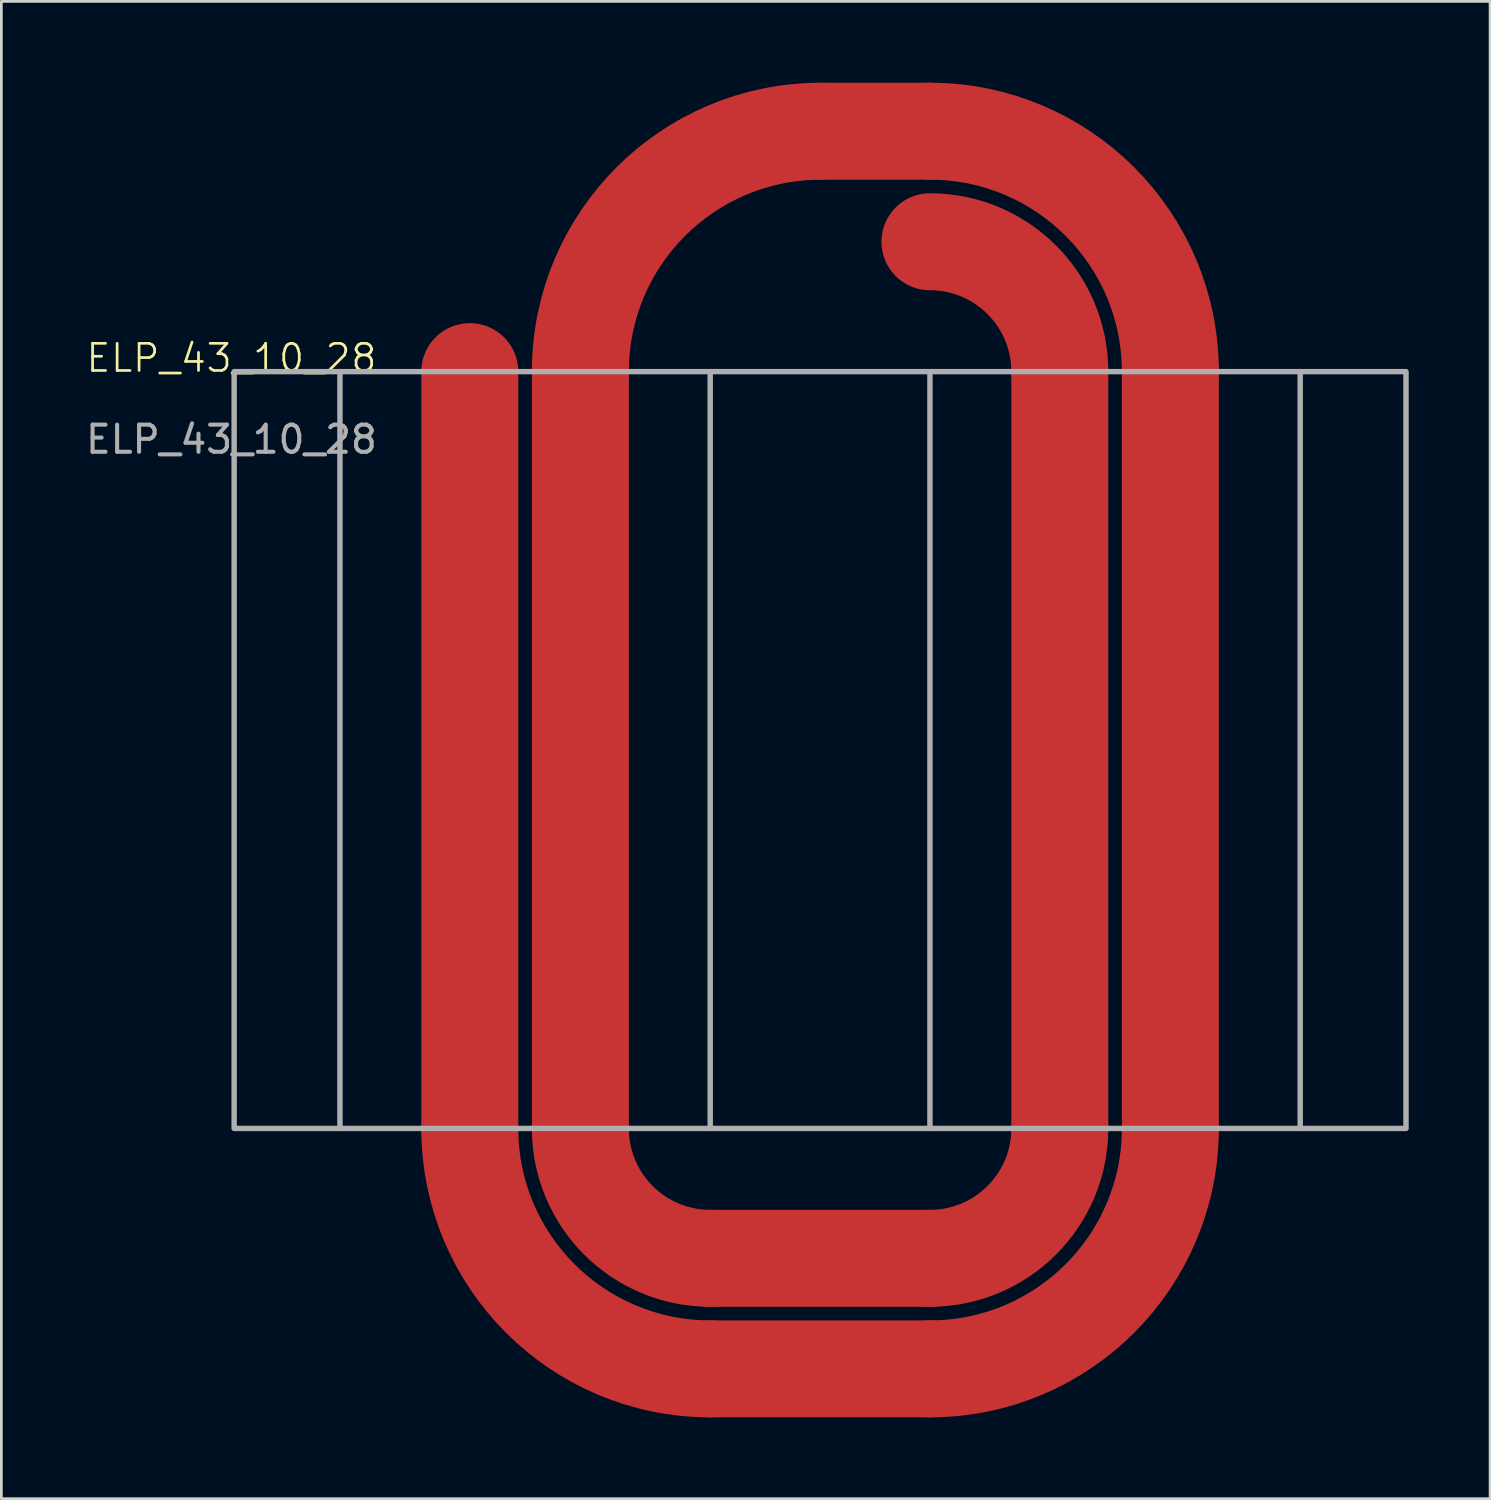
<source format=kicad_pcb>
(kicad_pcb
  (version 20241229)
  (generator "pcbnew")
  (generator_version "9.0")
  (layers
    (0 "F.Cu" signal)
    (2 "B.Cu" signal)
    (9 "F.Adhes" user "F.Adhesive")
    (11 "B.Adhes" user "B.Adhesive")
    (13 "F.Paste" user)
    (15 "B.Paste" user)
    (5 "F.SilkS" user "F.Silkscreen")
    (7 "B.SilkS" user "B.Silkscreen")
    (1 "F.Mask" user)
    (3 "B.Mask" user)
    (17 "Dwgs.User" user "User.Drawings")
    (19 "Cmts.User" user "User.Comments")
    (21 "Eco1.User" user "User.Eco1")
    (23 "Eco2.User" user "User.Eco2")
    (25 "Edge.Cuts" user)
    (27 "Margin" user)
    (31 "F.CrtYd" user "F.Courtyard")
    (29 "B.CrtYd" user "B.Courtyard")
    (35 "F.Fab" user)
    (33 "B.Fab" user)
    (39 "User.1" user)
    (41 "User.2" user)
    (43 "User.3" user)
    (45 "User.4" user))
  (footprint "ELP_43_10_28"
    (layer "F.Cu")
    (at 5.482 10.65)
    (property "Reference" "ELP_43_10_28" (at 0 -0.5 0) (unlocked yes) (layer "F.SilkS") (effects (font (size 1 1) (thickness 0.1))))
    (attr smd)
    (fp_line (start 8.787 0) (end 8.787 27.9) (stroke (width 3.575) (type default)) (layer "F.Cu"))
    (fp_line (start 12.863 0) (end 12.863 27.9) (stroke (width 3.575) (type default)) (layer "F.Cu"))
    (fp_line (start 17.65 32.688) (end 25.75 32.688) (stroke (width 3.575) (type default)) (layer "F.Cu"))
    (fp_line (start 17.65 36.763) (end 25.75 36.763) (stroke (width 3.575) (type default)) (layer "F.Cu"))
    (fp_line (start 25.75 -8.863) (end 21.725 -8.863) (stroke (width 3.575) (type default)) (layer "F.Cu"))
    (fp_line (start 30.538 27.9) (end 30.538 0) (stroke (width 3.575) (type default)) (layer "F.Cu"))
    (fp_line (start 34.612 27.9) (end 34.612 0) (stroke (width 3.575) (type default)) (layer "F.Cu"))
    (fp_arc (start 12.8625 0) (mid 15.458266 -6.266734) (end 21.725 -8.8625) (stroke (width 3.575) (type solid)) (layer "F.Cu"))
    (fp_arc (start 17.65 32.6875) (mid 14.264726 31.285274) (end 12.8625 27.9) (stroke (width 3.575) (type solid)) (layer "F.Cu"))
    (fp_arc (start 17.65 36.7625) (mid 11.383266 34.166734) (end 8.7875 27.9) (stroke (width 3.575) (type solid)) (layer "F.Cu"))
    (fp_arc (start 25.75 -8.8625) (mid 32.016734 -6.266734) (end 34.6125 0) (stroke (width 3.575) (type solid)) (layer "F.Cu"))
    (fp_arc (start 25.75 -4.7875) (mid 29.135274 -3.385274) (end 30.5375 0) (stroke (width 3.575) (type solid)) (layer "F.Cu"))
    (fp_arc (start 30.5375 27.9) (mid 29.135274 31.285274) (end 25.75 32.6875) (stroke (width 3.575) (type solid)) (layer "F.Cu"))
    (fp_arc (start 34.6125 27.9) (mid 32.016734 34.166734) (end 25.75 36.7625) (stroke (width 3.575) (type solid)) (layer "F.Cu"))
    (fp_line (start 4 0) (end 4 27.9) (stroke (width 0.2) (type default)) (layer "F.Fab"))
    (fp_line (start 17.65 0) (end 17.65 27.9) (stroke (width 0.2) (type default)) (layer "F.Fab"))
    (fp_line (start 25.75 0) (end 25.75 27.9) (stroke (width 0.2) (type default)) (layer "F.Fab"))
    (fp_line (start 39.4 0) (end 39.4 27.9) (stroke (width 0.2) (type default)) (layer "F.Fab"))
    (fp_rect (start 0.1 0) (end 43.3 27.9) (stroke (width 0.2) (type solid)) (fill no) (layer "F.Fab"))
    (fp_text user "${REFERENCE}" (at 0 2.5 0) (unlocked yes) (layer "F.Fab") (effects (font (size 1 1) (thickness 0.15))))
    (pad "1" smd roundrect (at 9 0) (size 2.262 1.508) (layers "F.Cu" "F.Mask" "F.Paste") (roundrect_rratio 0.15))
    (pad "2" smd roundrect (at 25.5 -4.5) (size 2.262 1.508) (layers "F.Cu" "F.Mask" "F.Paste") (roundrect_rratio 0.15)))
  (gr_rect
    (start -3 -3)
    (end 51.882 52.2)
    (stroke (width 0.1) (type default))
    (fill no)
    (layer "Edge.Cuts")))
</source>
